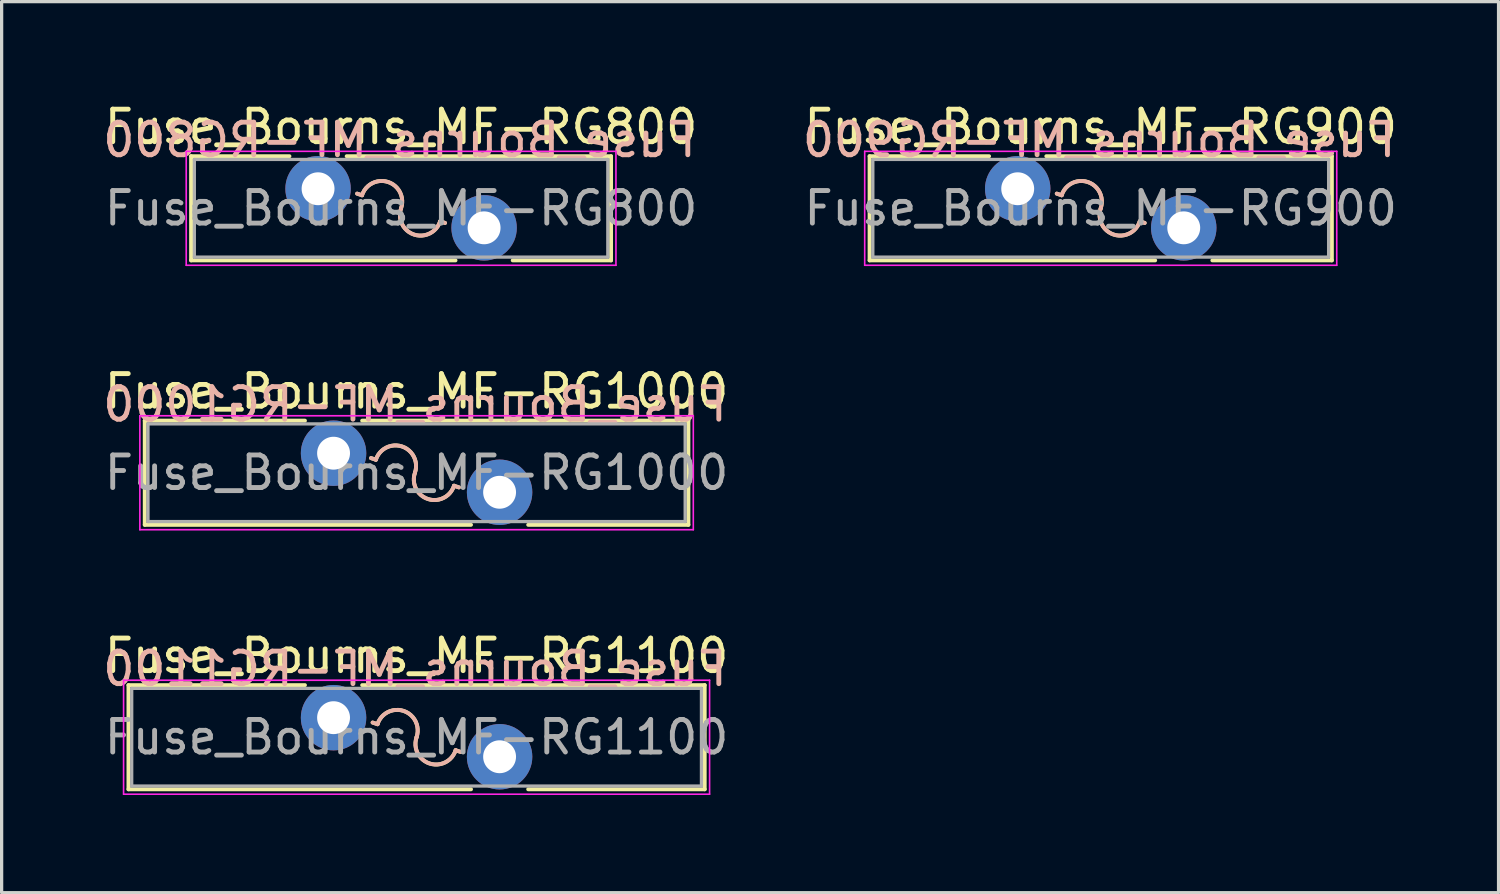
<source format=kicad_pcb>
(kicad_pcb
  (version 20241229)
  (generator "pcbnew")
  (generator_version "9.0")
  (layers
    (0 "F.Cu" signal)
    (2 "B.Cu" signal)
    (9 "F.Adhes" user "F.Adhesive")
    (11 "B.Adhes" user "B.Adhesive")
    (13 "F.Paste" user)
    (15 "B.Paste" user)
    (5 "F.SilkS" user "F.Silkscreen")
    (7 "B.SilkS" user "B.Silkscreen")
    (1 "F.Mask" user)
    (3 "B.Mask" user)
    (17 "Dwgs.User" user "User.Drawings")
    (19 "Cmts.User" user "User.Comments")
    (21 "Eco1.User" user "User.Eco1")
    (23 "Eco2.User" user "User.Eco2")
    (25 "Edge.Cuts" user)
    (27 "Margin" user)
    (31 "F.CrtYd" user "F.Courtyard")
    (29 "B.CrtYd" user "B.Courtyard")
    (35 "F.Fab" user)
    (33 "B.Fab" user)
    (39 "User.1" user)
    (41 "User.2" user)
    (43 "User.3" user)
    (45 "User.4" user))
  (footprint "Fuse_Bourns_MF-RG1100"
    (layer "F.Cu")
    (at 7.196 18.995)
    (property "Reference" "Fuse_Bourns_MF-RG1100" (at 2.55 -1.9 0) (layer "F.SilkS") (effects (font (size 1 1) (thickness 0.15))))
    (fp_line (start -6.3 -1) (end -6.3 2.2) (stroke (width 0.12) (type solid)) (layer "F.SilkS"))
    (fp_line (start -6.3 -1) (end -0.879 -1) (stroke (width 0.12) (type solid)) (layer "F.SilkS"))
    (fp_line (start -6.3 2.2) (end 4.222 2.2) (stroke (width 0.12) (type solid)) (layer "F.SilkS"))
    (fp_line (start 0.879 -1) (end 11.4 -1) (stroke (width 0.12) (type solid)) (layer "F.SilkS"))
    (fp_line (start 1.2 0.15) (end 1.35 0.2) (stroke (width 0.12) (type solid)) (layer "F.SilkS"))
    (fp_line (start 3.75 1) (end 3.9 1.05) (stroke (width 0.12) (type solid)) (layer "F.SilkS"))
    (fp_line (start 5.979 2.2) (end 11.4 2.2) (stroke (width 0.12) (type solid)) (layer "F.SilkS"))
    (fp_line (start 11.4 -1) (end 11.4 2.2) (stroke (width 0.12) (type solid)) (layer "F.SilkS"))
    (fp_arc (start 1.350003 0.200002) (mid 2.150001 -0.199998) (end 2.550001 0.6) (stroke (width 0.12) (type solid)) (layer "F.SilkS"))
    (fp_arc (start 3.749999 0.999998) (mid 2.950001 1.399998) (end 2.550001 0.6) (stroke (width 0.12) (type solid)) (layer "F.SilkS"))
    (fp_line (start 1.2 0.15) (end 1.35 0.2) (stroke (width 0.12) (type solid)) (layer "B.SilkS"))
    (fp_line (start 3.75 1) (end 3.9 1.05) (stroke (width 0.12) (type solid)) (layer "B.SilkS"))
    (fp_arc (start 1.350003 0.200002) (mid 2.150001 -0.199998) (end 2.550001 0.6) (stroke (width 0.12) (type solid)) (layer "B.SilkS"))
    (fp_arc (start 3.749999 0.999998) (mid 2.950001 1.399998) (end 2.550001 0.6) (stroke (width 0.12) (type solid)) (layer "B.SilkS"))
    (fp_line (start -6.45 -1.15) (end -6.45 2.35) (stroke (width 0.05) (type solid)) (layer "F.CrtYd"))
    (fp_line (start -6.45 2.35) (end 11.55 2.35) (stroke (width 0.05) (type solid)) (layer "F.CrtYd"))
    (fp_line (start 11.55 -1.15) (end -6.45 -1.15) (stroke (width 0.05) (type solid)) (layer "F.CrtYd"))
    (fp_line (start 11.55 2.35) (end 11.55 -1.15) (stroke (width 0.05) (type solid)) (layer "F.CrtYd"))
    (fp_line (start -6.2 -0.9) (end -6.2 2.1) (stroke (width 0.1) (type solid)) (layer "F.Fab"))
    (fp_line (start -6.2 2.1) (end 11.3 2.1) (stroke (width 0.1) (type solid)) (layer "F.Fab"))
    (fp_line (start 11.3 -0.9) (end -6.2 -0.9) (stroke (width 0.1) (type solid)) (layer "F.Fab"))
    (fp_line (start 11.3 2.1) (end 11.3 -0.9) (stroke (width 0.1) (type solid)) (layer "F.Fab"))
    (fp_text user "${REFERENCE}" (at 2.5 -1.5 0) (layer "B.SilkS") (effects (font (size 1 1) (thickness 0.15)) (justify mirror)))
    (fp_text user "${REFERENCE}" (at 2.55 0.6 0) (layer "F.Fab") (effects (font (size 1 1) (thickness 0.15))))
    (pad "1" thru_hole circle (at 0 0) (size 2.01 2.01) (drill 1.01) (layers "*.Cu" "*.Mask"))
    (pad "2" thru_hole circle (at 5.1 1.2) (size 2.01 2.01) (drill 1.01) (layers "*.Cu" "*.Mask")))
  (footprint "Fuse_Bourns_MF-RG900"
    (layer "F.Cu")
    (at 28.211 2.748)
    (property "Reference" "Fuse_Bourns_MF-RG900" (at 2.55 -1.9 0) (layer "F.SilkS") (effects (font (size 1 1) (thickness 0.15))))
    (fp_line (start -4.55 -1) (end -4.55 2.2) (stroke (width 0.12) (type solid)) (layer "F.SilkS"))
    (fp_line (start -4.55 -1) (end -0.879 -1) (stroke (width 0.12) (type solid)) (layer "F.SilkS"))
    (fp_line (start -4.55 2.2) (end 4.222 2.2) (stroke (width 0.12) (type solid)) (layer "F.SilkS"))
    (fp_line (start 0.879 -1) (end 9.65 -1) (stroke (width 0.12) (type solid)) (layer "F.SilkS"))
    (fp_line (start 1.2 0.15) (end 1.35 0.2) (stroke (width 0.12) (type solid)) (layer "F.SilkS"))
    (fp_line (start 3.75 1) (end 3.9 1.05) (stroke (width 0.12) (type solid)) (layer "F.SilkS"))
    (fp_line (start 5.979 2.2) (end 9.65 2.2) (stroke (width 0.12) (type solid)) (layer "F.SilkS"))
    (fp_line (start 9.65 -1) (end 9.65 2.2) (stroke (width 0.12) (type solid)) (layer "F.SilkS"))
    (fp_arc (start 1.350003 0.200002) (mid 2.150001 -0.199998) (end 2.550001 0.6) (stroke (width 0.12) (type solid)) (layer "F.SilkS"))
    (fp_arc (start 3.749999 0.999998) (mid 2.950001 1.399998) (end 2.550001 0.6) (stroke (width 0.12) (type solid)) (layer "F.SilkS"))
    (fp_line (start 1.2 0.15) (end 1.35 0.2) (stroke (width 0.12) (type solid)) (layer "B.SilkS"))
    (fp_line (start 3.75 1) (end 3.9 1.05) (stroke (width 0.12) (type solid)) (layer "B.SilkS"))
    (fp_arc (start 1.350003 0.200002) (mid 2.150001 -0.199998) (end 2.550001 0.6) (stroke (width 0.12) (type solid)) (layer "B.SilkS"))
    (fp_arc (start 3.749999 0.999998) (mid 2.950001 1.399998) (end 2.550001 0.6) (stroke (width 0.12) (type solid)) (layer "B.SilkS"))
    (fp_line (start -4.7 -1.15) (end -4.7 2.35) (stroke (width 0.05) (type solid)) (layer "F.CrtYd"))
    (fp_line (start -4.7 2.35) (end 9.8 2.35) (stroke (width 0.05) (type solid)) (layer "F.CrtYd"))
    (fp_line (start 9.8 -1.15) (end -4.7 -1.15) (stroke (width 0.05) (type solid)) (layer "F.CrtYd"))
    (fp_line (start 9.8 2.35) (end 9.8 -1.15) (stroke (width 0.05) (type solid)) (layer "F.CrtYd"))
    (fp_line (start -4.45 -0.9) (end -4.45 2.1) (stroke (width 0.1) (type solid)) (layer "F.Fab"))
    (fp_line (start -4.45 2.1) (end 9.55 2.1) (stroke (width 0.1) (type solid)) (layer "F.Fab"))
    (fp_line (start 9.55 -0.9) (end -4.45 -0.9) (stroke (width 0.1) (type solid)) (layer "F.Fab"))
    (fp_line (start 9.55 2.1) (end 9.55 -0.9) (stroke (width 0.1) (type solid)) (layer "F.Fab"))
    (fp_text user "${REFERENCE}" (at 2.5 -1.5 0) (layer "B.SilkS") (effects (font (size 1 1) (thickness 0.15)) (justify mirror)))
    (fp_text user "${REFERENCE}" (at 2.55 0.6 0) (layer "F.Fab") (effects (font (size 1 1) (thickness 0.15))))
    (pad "1" thru_hole circle (at 0 0) (size 2.01 2.01) (drill 1.01) (layers "*.Cu" "*.Mask"))
    (pad "2" thru_hole circle (at 5.1 1.2) (size 2.01 2.01) (drill 1.01) (layers "*.Cu" "*.Mask")))
  (footprint "Fuse_Bourns_MF-RG1000"
    (layer "F.Cu")
    (at 7.196 10.871)
    (property "Reference" "Fuse_Bourns_MF-RG1000" (at 2.55 -1.9 0) (layer "F.SilkS") (effects (font (size 1 1) (thickness 0.15))))
    (fp_line (start -5.8 -1) (end -5.8 2.2) (stroke (width 0.12) (type solid)) (layer "F.SilkS"))
    (fp_line (start -5.8 -1) (end -0.879 -1) (stroke (width 0.12) (type solid)) (layer "F.SilkS"))
    (fp_line (start -5.8 2.2) (end 4.222 2.2) (stroke (width 0.12) (type solid)) (layer "F.SilkS"))
    (fp_line (start 0.879 -1) (end 10.9 -1) (stroke (width 0.12) (type solid)) (layer "F.SilkS"))
    (fp_line (start 1.15 0.15) (end 1.3 0.2) (stroke (width 0.12) (type solid)) (layer "F.SilkS"))
    (fp_line (start 3.7 1) (end 3.85 1.05) (stroke (width 0.12) (type solid)) (layer "F.SilkS"))
    (fp_line (start 5.979 2.2) (end 10.9 2.2) (stroke (width 0.12) (type solid)) (layer "F.SilkS"))
    (fp_line (start 10.9 -1) (end 10.9 2.2) (stroke (width 0.12) (type solid)) (layer "F.SilkS"))
    (fp_arc (start 1.300003 0.200002) (mid 2.100001 -0.199998) (end 2.500001 0.6) (stroke (width 0.12) (type solid)) (layer "F.SilkS"))
    (fp_arc (start 3.699999 0.999998) (mid 2.900001 1.399998) (end 2.500001 0.6) (stroke (width 0.12) (type solid)) (layer "F.SilkS"))
    (fp_line (start 1.15 0.15) (end 1.3 0.2) (stroke (width 0.12) (type solid)) (layer "B.SilkS"))
    (fp_line (start 3.7 1) (end 3.85 1.05) (stroke (width 0.12) (type solid)) (layer "B.SilkS"))
    (fp_arc (start 1.300003 0.200002) (mid 2.100001 -0.199998) (end 2.500001 0.6) (stroke (width 0.12) (type solid)) (layer "B.SilkS"))
    (fp_arc (start 3.699999 0.999998) (mid 2.900001 1.399998) (end 2.500001 0.6) (stroke (width 0.12) (type solid)) (layer "B.SilkS"))
    (fp_line (start -5.95 -1.15) (end -5.95 2.35) (stroke (width 0.05) (type solid)) (layer "F.CrtYd"))
    (fp_line (start -5.95 2.35) (end 11.05 2.35) (stroke (width 0.05) (type solid)) (layer "F.CrtYd"))
    (fp_line (start 11.05 -1.15) (end -5.95 -1.15) (stroke (width 0.05) (type solid)) (layer "F.CrtYd"))
    (fp_line (start 11.05 2.35) (end 11.05 -1.15) (stroke (width 0.05) (type solid)) (layer "F.CrtYd"))
    (fp_line (start -5.7 -0.9) (end -5.7 2.1) (stroke (width 0.1) (type solid)) (layer "F.Fab"))
    (fp_line (start -5.7 2.1) (end 10.8 2.1) (stroke (width 0.1) (type solid)) (layer "F.Fab"))
    (fp_line (start 10.8 -0.9) (end -5.7 -0.9) (stroke (width 0.1) (type solid)) (layer "F.Fab"))
    (fp_line (start 10.8 2.1) (end 10.8 -0.9) (stroke (width 0.1) (type solid)) (layer "F.Fab"))
    (fp_text user "${REFERENCE}" (at 2.5 -1.5 0) (layer "B.SilkS") (effects (font (size 1 1) (thickness 0.15)) (justify mirror)))
    (fp_text user "${REFERENCE}" (at 2.55 0.6 0) (layer "F.Fab") (effects (font (size 1 1) (thickness 0.15))))
    (pad "1" thru_hole circle (at 0 0) (size 2.01 2.01) (drill 1.01) (layers "*.Cu" "*.Mask"))
    (pad "2" thru_hole circle (at 5.1 1.2) (size 2.01 2.01) (drill 1.01) (layers "*.Cu" "*.Mask")))
  (footprint "Fuse_Bourns_MF-RG800"
    (layer "F.Cu")
    (at 6.72 2.748)
    (property "Reference" "Fuse_Bourns_MF-RG800" (at 2.55 -1.9 0) (layer "F.SilkS") (effects (font (size 1 1) (thickness 0.15))))
    (fp_line (start -3.9 -1) (end -3.9 2.2) (stroke (width 0.12) (type solid)) (layer "F.SilkS"))
    (fp_line (start -3.9 -1) (end -0.879 -1) (stroke (width 0.12) (type solid)) (layer "F.SilkS"))
    (fp_line (start -3.9 2.2) (end 4.222 2.2) (stroke (width 0.12) (type solid)) (layer "F.SilkS"))
    (fp_line (start 0.879 -1) (end 9 -1) (stroke (width 0.12) (type solid)) (layer "F.SilkS"))
    (fp_line (start 1.2 0.15) (end 1.35 0.2) (stroke (width 0.12) (type solid)) (layer "F.SilkS"))
    (fp_line (start 3.75 1) (end 3.9 1.05) (stroke (width 0.12) (type solid)) (layer "F.SilkS"))
    (fp_line (start 5.979 2.2) (end 9 2.2) (stroke (width 0.12) (type solid)) (layer "F.SilkS"))
    (fp_line (start 9 -1) (end 9 2.2) (stroke (width 0.12) (type solid)) (layer "F.SilkS"))
    (fp_arc (start 1.350003 0.200002) (mid 2.150001 -0.199998) (end 2.550001 0.6) (stroke (width 0.12) (type solid)) (layer "F.SilkS"))
    (fp_arc (start 3.749999 0.999998) (mid 2.950001 1.399998) (end 2.550001 0.6) (stroke (width 0.12) (type solid)) (layer "F.SilkS"))
    (fp_line (start 1.2 0.15) (end 1.35 0.2) (stroke (width 0.12) (type solid)) (layer "B.SilkS"))
    (fp_line (start 3.75 1) (end 3.9 1.05) (stroke (width 0.12) (type solid)) (layer "B.SilkS"))
    (fp_arc (start 1.350003 0.200002) (mid 2.150001 -0.199998) (end 2.550001 0.6) (stroke (width 0.12) (type solid)) (layer "B.SilkS"))
    (fp_arc (start 3.749999 0.999998) (mid 2.950001 1.399998) (end 2.550001 0.6) (stroke (width 0.12) (type solid)) (layer "B.SilkS"))
    (fp_line (start -4.05 -1.15) (end -4.05 2.35) (stroke (width 0.05) (type solid)) (layer "F.CrtYd"))
    (fp_line (start -4.05 2.35) (end 9.15 2.35) (stroke (width 0.05) (type solid)) (layer "F.CrtYd"))
    (fp_line (start 9.15 -1.15) (end -4.05 -1.15) (stroke (width 0.05) (type solid)) (layer "F.CrtYd"))
    (fp_line (start 9.15 2.35) (end 9.15 -1.15) (stroke (width 0.05) (type solid)) (layer "F.CrtYd"))
    (fp_line (start -3.8 -0.9) (end -3.8 2.1) (stroke (width 0.1) (type solid)) (layer "F.Fab"))
    (fp_line (start -3.8 2.1) (end 8.9 2.1) (stroke (width 0.1) (type solid)) (layer "F.Fab"))
    (fp_line (start 8.9 -0.9) (end -3.8 -0.9) (stroke (width 0.1) (type solid)) (layer "F.Fab"))
    (fp_line (start 8.9 2.1) (end 8.9 -0.9) (stroke (width 0.1) (type solid)) (layer "F.Fab"))
    (fp_text user "${REFERENCE}" (at 2.5 -1.5 0) (layer "B.SilkS") (effects (font (size 1 1) (thickness 0.15)) (justify mirror)))
    (fp_text user "${REFERENCE}" (at 2.55 0.6 0) (layer "F.Fab") (effects (font (size 1 1) (thickness 0.15))))
    (pad "1" thru_hole circle (at 0 0) (size 2.01 2.01) (drill 1.01) (layers "*.Cu" "*.Mask"))
    (pad "2" thru_hole circle (at 5.1 1.2) (size 2.01 2.01) (drill 1.01) (layers "*.Cu" "*.Mask")))
  (gr_rect
    (start -3 -3)
    (end 42.981 24.37)
    (stroke (width 0.1) (type default))
    (fill no)
    (layer "Edge.Cuts")))
</source>
